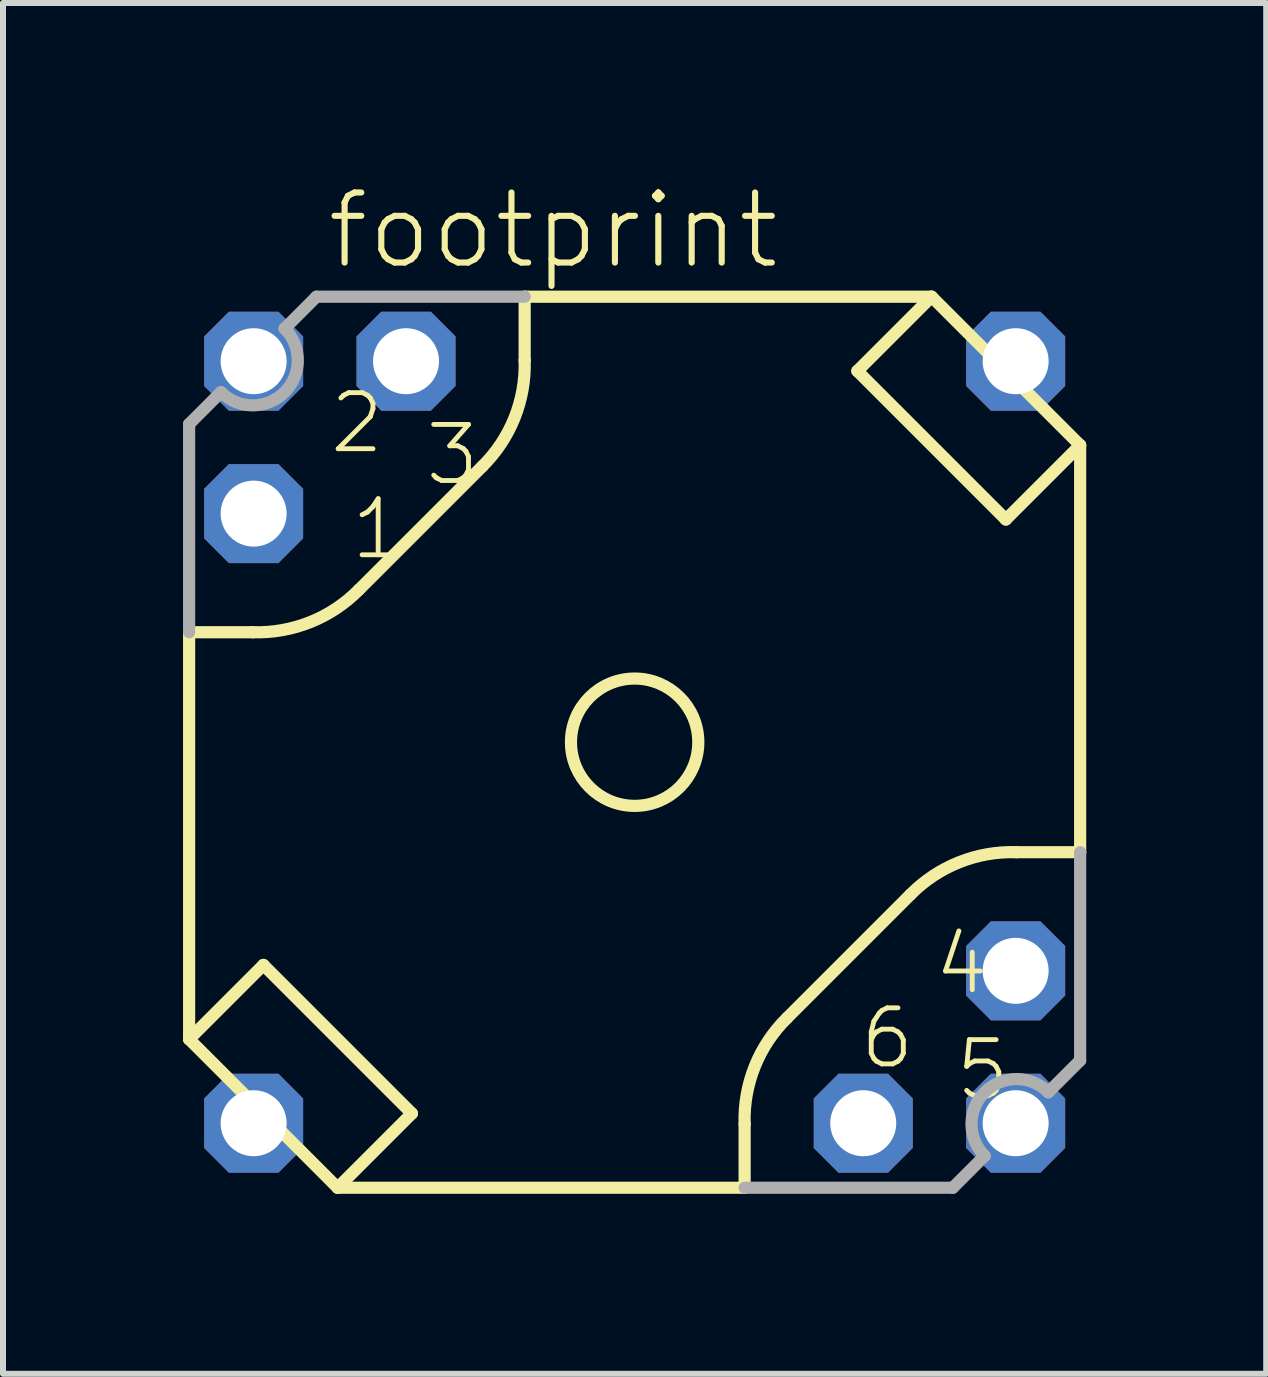
<source format=kicad_pcb>
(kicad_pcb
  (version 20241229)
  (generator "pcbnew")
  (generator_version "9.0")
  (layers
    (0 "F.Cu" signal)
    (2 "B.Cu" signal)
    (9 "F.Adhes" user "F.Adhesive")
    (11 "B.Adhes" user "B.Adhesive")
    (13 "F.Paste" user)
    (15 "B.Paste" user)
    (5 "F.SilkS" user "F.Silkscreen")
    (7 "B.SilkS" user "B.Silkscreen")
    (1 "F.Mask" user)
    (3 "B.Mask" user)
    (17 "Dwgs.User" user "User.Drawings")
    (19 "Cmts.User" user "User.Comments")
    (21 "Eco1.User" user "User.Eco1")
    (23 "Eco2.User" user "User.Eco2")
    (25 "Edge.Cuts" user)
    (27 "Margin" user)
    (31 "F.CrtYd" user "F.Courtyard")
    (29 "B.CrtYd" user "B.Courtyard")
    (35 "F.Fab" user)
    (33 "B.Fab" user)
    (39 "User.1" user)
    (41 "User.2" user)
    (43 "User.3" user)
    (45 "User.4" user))
  (footprint "footprint"
    (layer "F.Cu")
    (at 7.527 9.32)
    (property "Reference" "footprint" (at -5.179 -7.846 0) (layer "F.SilkS") (effects (font (size 1.168 1.168) (thickness 0.102)) (justify left bottom)))
    (fp_line (start -7.425 4.95) (end -7.425 -1.833) (stroke (width 0.203) (type solid)) (layer "F.SilkS"))
    (fp_line (start -7.425 4.95) (end -6.187 3.712) (stroke (width 0.203) (type solid)) (layer "F.SilkS"))
    (fp_line (start -7.425 4.95) (end -4.95 7.425) (stroke (width 0.203) (type solid)) (layer "F.SilkS"))
    (fp_line (start -6.364 -1.833) (end -7.425 -1.833) (stroke (width 0.203) (type solid)) (layer "F.SilkS"))
    (fp_line (start -6.187 3.712) (end -3.712 6.187) (stroke (width 0.203) (type solid)) (layer "F.SilkS"))
    (fp_line (start -4.95 7.425) (end 1.833 7.425) (stroke (width 0.203) (type solid)) (layer "F.SilkS"))
    (fp_line (start -4.596 -2.54) (end -2.54 -4.596) (stroke (width 0.203) (type solid)) (layer "F.SilkS"))
    (fp_line (start -3.712 6.187) (end -4.95 7.425) (stroke (width 0.203) (type solid)) (layer "F.SilkS"))
    (fp_line (start -1.833 -6.364) (end -1.833 -7.425) (stroke (width 0.203) (type solid)) (layer "F.SilkS"))
    (fp_line (start 1.833 6.364) (end 1.833 7.425) (stroke (width 0.203) (type solid)) (layer "F.SilkS"))
    (fp_line (start 3.712 -6.187) (end 4.95 -7.425) (stroke (width 0.203) (type solid)) (layer "F.SilkS"))
    (fp_line (start 4.596 2.54) (end 2.54 4.596) (stroke (width 0.203) (type solid)) (layer "F.SilkS"))
    (fp_line (start 4.95 -7.425) (end -1.833 -7.425) (stroke (width 0.203) (type solid)) (layer "F.SilkS"))
    (fp_line (start 6.187 -3.712) (end 3.712 -6.187) (stroke (width 0.203) (type solid)) (layer "F.SilkS"))
    (fp_line (start 6.364 1.833) (end 7.425 1.833) (stroke (width 0.203) (type solid)) (layer "F.SilkS"))
    (fp_line (start 7.425 -4.95) (end 4.95 -7.425) (stroke (width 0.203) (type solid)) (layer "F.SilkS"))
    (fp_line (start 7.425 -4.95) (end 6.187 -3.712) (stroke (width 0.203) (type solid)) (layer "F.SilkS"))
    (fp_line (start 7.425 -4.95) (end 7.425 1.833) (stroke (width 0.203) (type solid)) (layer "F.SilkS"))
    (fp_arc (start -4.5961 -2.540199) (mid -5.406079 -2.001683) (end -6.364 -1.833) (stroke (width 0.2032) (type solid)) (layer "F.SilkS"))
    (fp_arc (start -1.833 -6.3639) (mid -2.001583 -5.406) (end -2.54 -4.596) (stroke (width 0.2032) (type solid)) (layer "F.SilkS"))
    (fp_arc (start 1.8329 6.364) (mid 2.001492 5.406104) (end 2.5399 4.596101) (stroke (width 0.2032) (type solid)) (layer "F.SilkS"))
    (fp_arc (start 4.596 2.54) (mid 5.405979 2.001484) (end 6.3639 1.832801) (stroke (width 0.2032) (type solid)) (layer "F.SilkS"))
    (fp_circle (center 0 0) (end 1.061 0) (stroke (width 0.203) (type solid)) (fill no) (layer "F.SilkS"))
    (fp_line (start -7.425 -5.303) (end -6.894 -5.834) (stroke (width 0.203) (type solid)) (layer "F.Fab"))
    (fp_line (start -7.425 -1.833) (end -7.425 -5.303) (stroke (width 0.203) (type solid)) (layer "F.Fab"))
    (fp_line (start -5.833 -6.895) (end -5.834 -6.894) (stroke (width 0.203) (type solid)) (layer "F.Fab"))
    (fp_line (start -5.303 -7.425) (end -5.833 -6.895) (stroke (width 0.203) (type solid)) (layer "F.Fab"))
    (fp_line (start -1.833 -7.425) (end -5.303 -7.425) (stroke (width 0.203) (type solid)) (layer "F.Fab"))
    (fp_line (start 1.833 7.425) (end 5.303 7.425) (stroke (width 0.203) (type solid)) (layer "F.Fab"))
    (fp_line (start 5.303 7.425) (end 5.834 6.894) (stroke (width 0.203) (type solid)) (layer "F.Fab"))
    (fp_line (start 6.895 5.833) (end 6.894 5.834) (stroke (width 0.203) (type solid)) (layer "F.Fab"))
    (fp_line (start 7.425 1.833) (end 7.425 5.303) (stroke (width 0.203) (type solid)) (layer "F.Fab"))
    (fp_line (start 7.425 5.303) (end 6.895 5.833) (stroke (width 0.203) (type solid)) (layer "F.Fab"))
    (fp_arc (start -5.8333 -6.8947) (mid -5.83325 -5.83395) (end -6.894 -5.834) (stroke (width 0.2032) (type solid)) (layer "F.Fab"))
    (fp_arc (start 5.834 6.894) (mid 5.83395 5.83325) (end 6.8947 5.8333) (stroke (width 0.2032) (type solid)) (layer "F.Fab"))
    (fp_circle (center -6.35 -3.81) (end -5.996 -3.81) (stroke (width 0.203) (type solid)) (fill no) (layer "F.Fab"))
    (fp_circle (center -3.81 -6.35) (end -3.456 -6.35) (stroke (width 0.203) (type solid)) (fill no) (layer "F.Fab"))
    (fp_circle (center 3.81 6.35) (end 4.163 6.35) (stroke (width 0.203) (type solid)) (fill no) (layer "F.Fab"))
    (fp_circle (center 6.35 3.81) (end 6.703 3.81) (stroke (width 0.203) (type solid)) (fill no) (layer "F.Fab"))
    (fp_text user "1" (at -4.773 -3.005 0) (layer "F.SilkS") (effects (font (size 0.935 0.935) (thickness 0.081)) (justify left bottom)))
    (fp_text user "5" (at 5.303 6.01 0) (layer "F.SilkS") (effects (font (size 0.935 0.935) (thickness 0.081)) (justify left bottom)))
    (fp_text user "6" (at 3.712 5.48 0) (layer "F.SilkS") (effects (font (size 0.935 0.935) (thickness 0.081)) (justify left bottom)))
    (fp_text user "3" (at -3.535 -4.243 0) (layer "F.SilkS") (effects (font (size 0.935 0.935) (thickness 0.081)) (justify left bottom)))
    (fp_text user "2" (at -5.127 -4.773 0) (layer "F.SilkS") (effects (font (size 0.935 0.935) (thickness 0.081)) (justify left bottom)))
    (fp_text user "4" (at 4.95 4.243 0) (layer "F.SilkS") (effects (font (size 0.935 0.935) (thickness 0.081)) (justify left bottom)))
    (pad "1" thru_hole roundrect (at -6.35 -3.81) (size 1.65 1.65) (drill 1.1) (layers "*.Cu" "*.Mask") (roundrect_rratio 0.25) (chamfer_ratio 0.25) (chamfer top_left top_right bottom_left bottom_right))
    (pad "2" thru_hole roundrect (at -6.35 -6.35) (size 1.65 1.65) (drill 1.1) (layers "*.Cu" "*.Mask") (roundrect_rratio 0.25) (chamfer_ratio 0.25) (chamfer top_left top_right bottom_left bottom_right))
    (pad "3" thru_hole roundrect (at -3.81 -6.35) (size 1.65 1.65) (drill 1.1) (layers "*.Cu" "*.Mask") (roundrect_rratio 0.25) (chamfer_ratio 0.25) (chamfer top_left top_right bottom_left bottom_right))
    (pad "4" thru_hole roundrect (at 6.35 3.81) (size 1.65 1.65) (drill 1.1) (layers "*.Cu" "*.Mask") (roundrect_rratio 0.25) (chamfer_ratio 0.25) (chamfer top_left top_right bottom_left bottom_right))
    (pad "5" thru_hole roundrect (at 6.35 6.35) (size 1.65 1.65) (drill 1.1) (layers "*.Cu" "*.Mask") (roundrect_rratio 0.25) (chamfer_ratio 0.25) (chamfer top_left top_right bottom_left bottom_right))
    (pad "6" thru_hole roundrect (at 3.81 6.35) (size 1.65 1.65) (drill 1.1) (layers "*.Cu" "*.Mask") (roundrect_rratio 0.25) (chamfer_ratio 0.25) (chamfer top_left top_right bottom_left bottom_right))
    (pad "M1" thru_hole roundrect (at -6.35 6.35) (size 1.65 1.65) (drill 1.1) (layers "*.Cu" "*.Mask") (roundrect_rratio 0.25) (chamfer_ratio 0.25) (chamfer top_left top_right bottom_left bottom_right))
    (pad "M2" thru_hole roundrect (at 6.35 -6.35) (size 1.65 1.65) (drill 1.1) (layers "*.Cu" "*.Mask") (roundrect_rratio 0.25) (chamfer_ratio 0.25) (chamfer top_left top_right bottom_left bottom_right)))
  (gr_rect
    (start -3 -3)
    (end 18.053 19.846)
    (stroke (width 0.1) (type default))
    (fill no)
    (layer "Edge.Cuts")))
</source>
